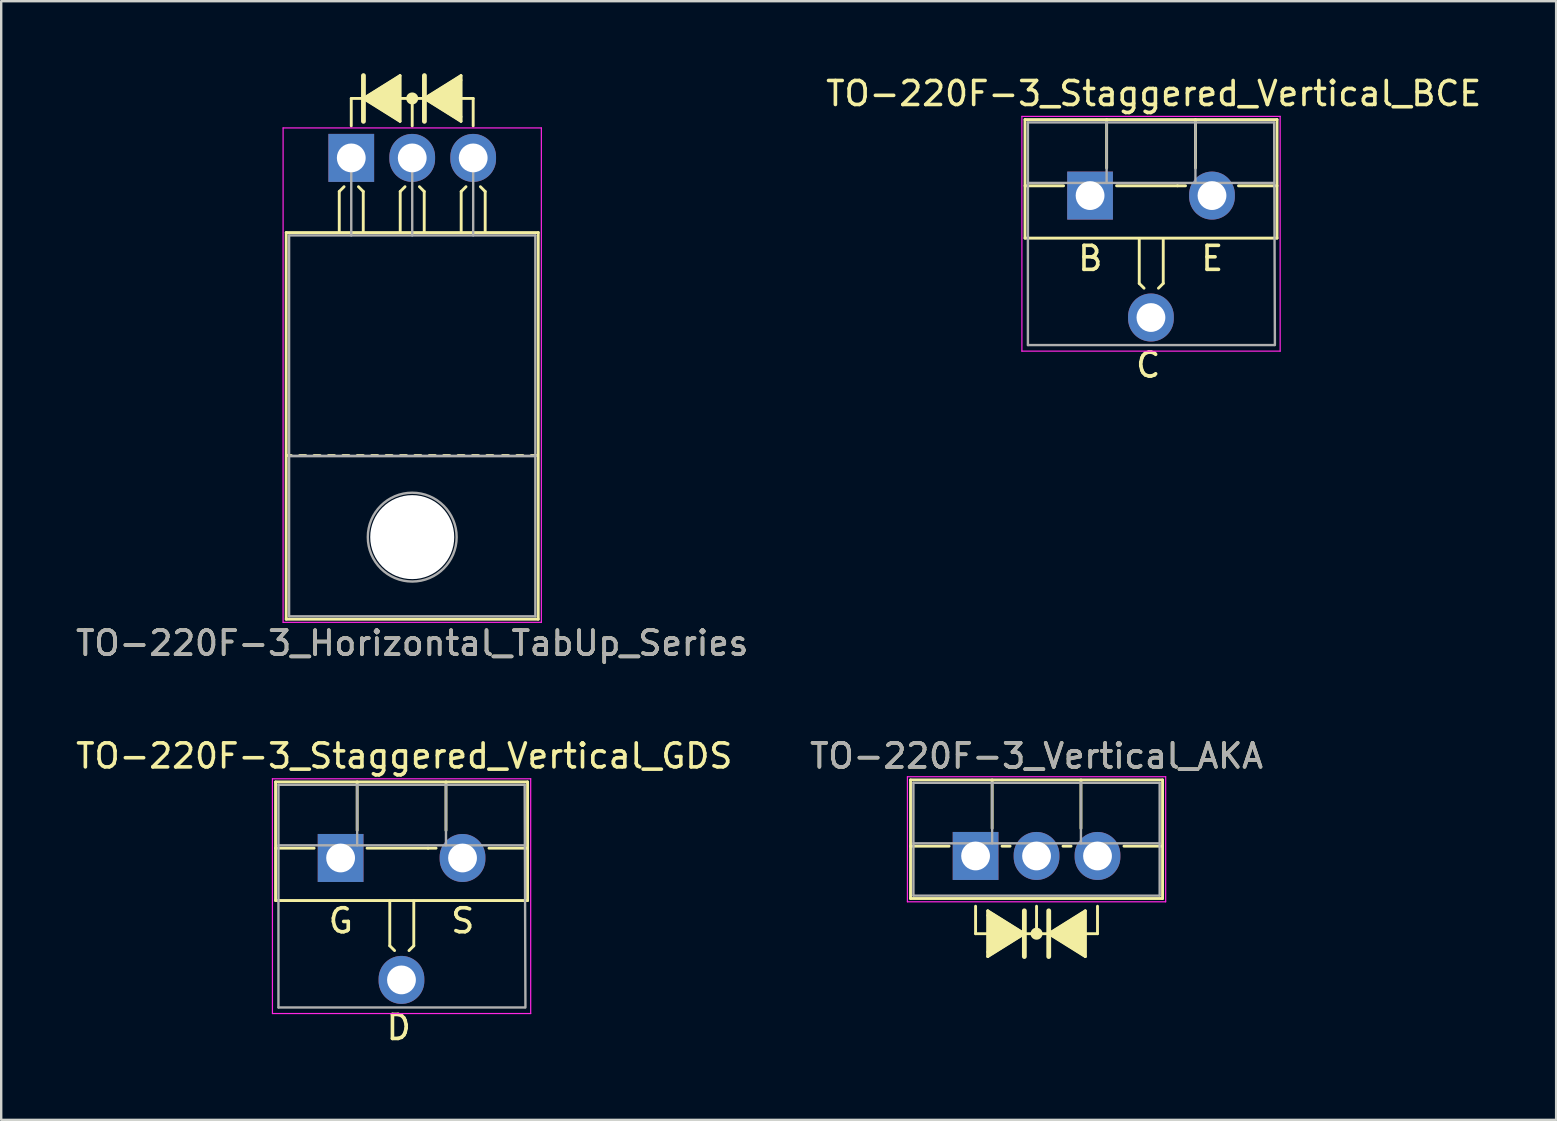
<source format=kicad_pcb>
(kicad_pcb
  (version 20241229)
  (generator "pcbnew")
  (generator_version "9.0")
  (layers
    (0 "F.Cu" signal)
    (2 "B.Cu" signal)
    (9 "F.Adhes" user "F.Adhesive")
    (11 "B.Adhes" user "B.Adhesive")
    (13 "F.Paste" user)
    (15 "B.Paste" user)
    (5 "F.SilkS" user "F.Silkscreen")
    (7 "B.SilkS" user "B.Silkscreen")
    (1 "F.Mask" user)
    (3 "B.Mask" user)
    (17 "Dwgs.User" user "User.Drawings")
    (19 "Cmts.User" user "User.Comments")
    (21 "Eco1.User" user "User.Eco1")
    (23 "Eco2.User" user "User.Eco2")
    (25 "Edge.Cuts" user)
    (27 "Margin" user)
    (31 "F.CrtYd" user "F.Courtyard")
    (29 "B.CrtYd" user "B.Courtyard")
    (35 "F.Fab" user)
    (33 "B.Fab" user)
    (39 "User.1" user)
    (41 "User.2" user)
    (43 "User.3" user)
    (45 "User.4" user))
  (footprint "TO-220F-3_Horizontal_TabUp_Series"
    (layer "F.Cu")
    (at 11.585 3.529)
    (property "Reference" "TO-220F-3_Horizontal_TabUp_Series" (at 2.54 20.22 0) (layer "F.SilkS") (effects (font (size 1 1) (thickness 0.15))))
    (attr through_hole)
    (fp_line (start -2.71 19.22) (end -2.71 3.11) (stroke (width 0.12) (type solid)) (layer "F.SilkS"))
    (fp_line (start -2.5 12.4) (end -2.7 12.4) (stroke (width 0.12) (type solid)) (layer "F.SilkS"))
    (fp_line (start -1.9 12.4) (end -2.15 12.4) (stroke (width 0.12) (type solid)) (layer "F.SilkS"))
    (fp_line (start -1.3 12.4) (end -1.55 12.4) (stroke (width 0.12) (type solid)) (layer "F.SilkS"))
    (fp_line (start -0.7 12.4) (end -0.95 12.4) (stroke (width 0.12) (type solid)) (layer "F.SilkS"))
    (fp_line (start -0.5 1.4) (end -0.3 1.2) (stroke (width 0.12) (type solid)) (layer "F.SilkS"))
    (fp_line (start -0.5 3.048) (end -0.5 1.4) (stroke (width 0.12) (type solid)) (layer "F.SilkS"))
    (fp_line (start -0.1 12.4) (end -0.35 12.4) (stroke (width 0.12) (type solid)) (layer "F.SilkS"))
    (fp_line (start 0 -2.477) (end 0.508 -2.477) (stroke (width 0.12) (type solid)) (layer "F.SilkS"))
    (fp_line (start 0 -1.333) (end 0 -2.477) (stroke (width 0.12) (type solid)) (layer "F.SilkS"))
    (fp_line (start 0.5 1.4) (end 0.3 1.2) (stroke (width 0.12) (type solid)) (layer "F.SilkS"))
    (fp_line (start 0.5 3.048) (end 0.5 1.4) (stroke (width 0.12) (type solid)) (layer "F.SilkS"))
    (fp_line (start 0.5 12.4) (end 0.25 12.4) (stroke (width 0.12) (type solid)) (layer "F.SilkS"))
    (fp_line (start 0.508 -3.429) (end 0.508 -1.524) (stroke (width 0.2) (type solid)) (layer "F.SilkS"))
    (fp_line (start 0.508 -2.477) (end 2.032 -1.524) (stroke (width 0.12) (type solid)) (layer "F.SilkS"))
    (fp_line (start 1.1 12.4) (end 0.85 12.4) (stroke (width 0.12) (type solid)) (layer "F.SilkS"))
    (fp_line (start 1.7 12.4) (end 1.45 12.4) (stroke (width 0.12) (type solid)) (layer "F.SilkS"))
    (fp_line (start 2.032 -3.429) (end 0.508 -2.477) (stroke (width 0.12) (type solid)) (layer "F.SilkS"))
    (fp_line (start 2.032 -1.524) (end 2.032 -3.429) (stroke (width 0.12) (type solid)) (layer "F.SilkS"))
    (fp_line (start 2.04 1.4) (end 2.24 1.2) (stroke (width 0.12) (type solid)) (layer "F.SilkS"))
    (fp_line (start 2.04 3.048) (end 2.04 1.4) (stroke (width 0.12) (type solid)) (layer "F.SilkS"))
    (fp_line (start 2.3 12.4) (end 2.05 12.4) (stroke (width 0.12) (type solid)) (layer "F.SilkS"))
    (fp_line (start 2.54 -2.477) (end 2.032 -2.477) (stroke (width 0.12) (type solid)) (layer "F.SilkS"))
    (fp_line (start 2.54 -2.477) (end 3.048 -2.477) (stroke (width 0.12) (type solid)) (layer "F.SilkS"))
    (fp_line (start 2.54 -1.333) (end 2.54 -2.477) (stroke (width 0.12) (type solid)) (layer "F.SilkS"))
    (fp_line (start 2.9 12.4) (end 2.65 12.4) (stroke (width 0.12) (type solid)) (layer "F.SilkS"))
    (fp_line (start 3.04 1.4) (end 2.84 1.2) (stroke (width 0.12) (type solid)) (layer "F.SilkS"))
    (fp_line (start 3.04 3.048) (end 3.04 1.4) (stroke (width 0.12) (type solid)) (layer "F.SilkS"))
    (fp_line (start 3.048 -3.429) (end 3.048 -1.524) (stroke (width 0.2) (type solid)) (layer "F.SilkS"))
    (fp_line (start 3.048 -2.477) (end 4.572 -3.429) (stroke (width 0.12) (type solid)) (layer "F.SilkS"))
    (fp_line (start 3.048 -2.477) (end 4.572 -1.524) (stroke (width 0.12) (type solid)) (layer "F.SilkS"))
    (fp_line (start 3.5 12.4) (end 3.25 12.4) (stroke (width 0.12) (type solid)) (layer "F.SilkS"))
    (fp_line (start 4.1 12.4) (end 3.85 12.4) (stroke (width 0.12) (type solid)) (layer "F.SilkS"))
    (fp_line (start 4.572 -3.239) (end 4.572 -3.429) (stroke (width 0.12) (type solid)) (layer "F.SilkS"))
    (fp_line (start 4.572 -1.714) (end 4.572 -3.239) (stroke (width 0.12) (type solid)) (layer "F.SilkS"))
    (fp_line (start 4.572 -1.714) (end 4.572 -1.524) (stroke (width 0.12) (type solid)) (layer "F.SilkS"))
    (fp_line (start 4.58 1.4) (end 4.78 1.2) (stroke (width 0.12) (type solid)) (layer "F.SilkS"))
    (fp_line (start 4.58 3.048) (end 4.58 1.4) (stroke (width 0.12) (type solid)) (layer "F.SilkS"))
    (fp_line (start 4.7 12.4) (end 4.45 12.4) (stroke (width 0.12) (type solid)) (layer "F.SilkS"))
    (fp_line (start 5.08 -2.477) (end 4.572 -2.477) (stroke (width 0.12) (type solid)) (layer "F.SilkS"))
    (fp_line (start 5.08 -1.333) (end 5.08 -2.477) (stroke (width 0.12) (type solid)) (layer "F.SilkS"))
    (fp_line (start 5.3 12.4) (end 5.05 12.4) (stroke (width 0.12) (type solid)) (layer "F.SilkS"))
    (fp_line (start 5.58 1.4) (end 5.38 1.2) (stroke (width 0.12) (type solid)) (layer "F.SilkS"))
    (fp_line (start 5.58 3.048) (end 5.58 1.4) (stroke (width 0.12) (type solid)) (layer "F.SilkS"))
    (fp_line (start 5.9 12.4) (end 5.65 12.4) (stroke (width 0.12) (type solid)) (layer "F.SilkS"))
    (fp_line (start 6.55 12.4) (end 6.3 12.4) (stroke (width 0.12) (type solid)) (layer "F.SilkS"))
    (fp_line (start 7.15 12.4) (end 6.9 12.4) (stroke (width 0.12) (type solid)) (layer "F.SilkS"))
    (fp_line (start 7.75 12.4) (end 7.5 12.4) (stroke (width 0.12) (type solid)) (layer "F.SilkS"))
    (fp_line (start 7.79 3.11) (end -2.71 3.11) (stroke (width 0.12) (type solid)) (layer "F.SilkS"))
    (fp_line (start 7.79 19.22) (end -2.71 19.22) (stroke (width 0.12) (type solid)) (layer "F.SilkS"))
    (fp_line (start 7.79 19.22) (end 7.79 3.11) (stroke (width 0.12) (type solid)) (layer "F.SilkS"))
    (fp_circle (center 2.54 -2.477) (end 2.54 -2.667) (stroke (width 0.12) (type solid)) (fill no) (layer "F.SilkS"))
    (fp_circle (center 2.54 -2.477) (end 2.54 -2.603) (stroke (width 0.12) (type solid)) (fill no) (layer "F.SilkS"))
    (fp_circle (center 2.54 -2.477) (end 2.54 -2.54) (stroke (width 0.12) (type solid)) (fill no) (layer "F.SilkS"))
    (fp_poly (pts (xy 2.032 -1.524) (xy 0.508 -2.477) (xy 2.032 -3.429)) (stroke (width 0.1) (type solid)) (fill yes) (layer "F.SilkS"))
    (fp_poly (pts (xy 3.048 -2.477) (xy 4.572 -3.429) (xy 4.572 -1.524)) (stroke (width 0.1) (type solid)) (fill yes) (layer "F.SilkS"))
    (fp_line (start -2.84 -1.25) (end -2.84 19.35) (stroke (width 0.05) (type solid)) (layer "F.CrtYd"))
    (fp_line (start -2.84 19.35) (end 7.92 19.35) (stroke (width 0.05) (type solid)) (layer "F.CrtYd"))
    (fp_line (start 7.92 -1.25) (end -2.84 -1.25) (stroke (width 0.05) (type solid)) (layer "F.CrtYd"))
    (fp_line (start 7.92 19.35) (end 7.92 -1.25) (stroke (width 0.05) (type solid)) (layer "F.CrtYd"))
    (fp_line (start -2.59 3.23) (end -2.59 12.42) (stroke (width 0.1) (type solid)) (layer "F.Fab"))
    (fp_line (start -2.59 12.42) (end -2.59 19.1) (stroke (width 0.1) (type solid)) (layer "F.Fab"))
    (fp_line (start -2.59 12.42) (end 7.67 12.42) (stroke (width 0.1) (type solid)) (layer "F.Fab"))
    (fp_line (start -2.59 19.1) (end 7.67 19.1) (stroke (width 0.1) (type solid)) (layer "F.Fab"))
    (fp_line (start 0 3.23) (end 0 0) (stroke (width 0.1) (type solid)) (layer "F.Fab"))
    (fp_line (start 2.54 3.23) (end 2.54 0) (stroke (width 0.1) (type solid)) (layer "F.Fab"))
    (fp_line (start 5.08 3.23) (end 5.08 0) (stroke (width 0.1) (type solid)) (layer "F.Fab"))
    (fp_line (start 7.67 3.23) (end -2.59 3.23) (stroke (width 0.1) (type solid)) (layer "F.Fab"))
    (fp_line (start 7.67 12.42) (end -2.59 12.42) (stroke (width 0.1) (type solid)) (layer "F.Fab"))
    (fp_line (start 7.67 12.42) (end 7.67 3.23) (stroke (width 0.1) (type solid)) (layer "F.Fab"))
    (fp_line (start 7.67 19.1) (end 7.67 12.42) (stroke (width 0.1) (type solid)) (layer "F.Fab"))
    (fp_circle (center 2.54 15.8) (end 4.39 15.8) (stroke (width 0.1) (type solid)) (fill no) (layer "F.Fab"))
    (fp_text user "${REFERENCE}" (at 2.54 20.22 0) (layer "F.Fab") (effects (font (size 1 1) (thickness 0.15))))
    (pad "" np_thru_hole oval (at 2.54 15.8) (size 3.5 3.5) (drill 3.5) (layers "*.Cu" "*.Mask"))
    (pad "1" thru_hole rect (at 0 0) (size 1.905 2) (drill 1.2) (layers "*.Cu" "*.Mask"))
    (pad "2" thru_hole oval (at 2.54 0) (size 1.905 2) (drill 1.2) (layers "*.Cu" "*.Mask"))
    (pad "3" thru_hole oval (at 5.08 0) (size 1.905 2) (drill 1.2) (layers "*.Cu" "*.Mask")))
  (footprint "TO-220F-3_Staggered_Vertical_BCE"
    (layer "F.Cu")
    (at 42.376 5.051)
    (property "Reference" "TO-220F-3_Staggered_Vertical_BCE" (at 2.642 -4.203 0) (layer "F.SilkS") (effects (font (size 1 1) (thickness 0.15))))
    (attr through_hole)
    (fp_line (start -2.719 -3.12) (end -2.719 1.821) (stroke (width 0.12) (type solid)) (layer "F.SilkS"))
    (fp_line (start -2.719 -3.12) (end 7.781 -3.12) (stroke (width 0.12) (type solid)) (layer "F.SilkS"))
    (fp_line (start -2.719 -0.36) (end -1.112 -0.36) (stroke (width 0.12) (type solid)) (layer "F.SilkS"))
    (fp_line (start -2.719 1.821) (end 7.781 1.821) (stroke (width 0.12) (type solid)) (layer "F.SilkS"))
    (fp_line (start 0.681 -3.12) (end 0.681 -1.102) (stroke (width 0.12) (type solid)) (layer "F.SilkS"))
    (fp_line (start 1.094 -0.36) (end 3.634 -0.36) (stroke (width 0.12) (type solid)) (layer "F.SilkS"))
    (fp_line (start 2.04 1.841) (end 2.04 3.707) (stroke (width 0.12) (type solid)) (layer "F.SilkS"))
    (fp_line (start 2.04 3.707) (end 2.24 3.907) (stroke (width 0.12) (type solid)) (layer "F.SilkS"))
    (fp_line (start 3.04 1.841) (end 3.04 3.707) (stroke (width 0.12) (type solid)) (layer "F.SilkS"))
    (fp_line (start 3.04 3.707) (end 2.84 3.907) (stroke (width 0.12) (type solid)) (layer "F.SilkS"))
    (fp_line (start 3.634 -0.36) (end 3.969 -0.36) (stroke (width 0.12) (type solid)) (layer "F.SilkS"))
    (fp_line (start 4.382 -3.12) (end 4.382 -1.102) (stroke (width 0.12) (type solid)) (layer "F.SilkS"))
    (fp_line (start 6.174 -0.36) (end 7.781 -0.36) (stroke (width 0.12) (type solid)) (layer "F.SilkS"))
    (fp_line (start 7.781 -3.12) (end 7.781 1.821) (stroke (width 0.12) (type solid)) (layer "F.SilkS"))
    (fp_line (start -2.849 -3.252) (end -2.849 6.53) (stroke (width 0.05) (type solid)) (layer "F.CrtYd"))
    (fp_line (start -2.849 6.53) (end 7.911 6.53) (stroke (width 0.05) (type solid)) (layer "F.CrtYd"))
    (fp_line (start 7.911 -3.252) (end -2.849 -3.252) (stroke (width 0.05) (type solid)) (layer "F.CrtYd"))
    (fp_line (start 7.911 6.53) (end 7.911 -3.252) (stroke (width 0.05) (type solid)) (layer "F.CrtYd"))
    (fp_line (start -2.599 -3) (end -2.599 6.276) (stroke (width 0.1) (type solid)) (layer "F.Fab"))
    (fp_line (start -2.599 -0.48) (end 7.661 -0.48) (stroke (width 0.1) (type solid)) (layer "F.Fab"))
    (fp_line (start -2.595 6.276) (end 7.665 6.276) (stroke (width 0.1) (type solid)) (layer "F.Fab"))
    (fp_line (start 0.681 -3) (end 0.681 -0.48) (stroke (width 0.1) (type solid)) (layer "F.Fab"))
    (fp_line (start 4.381 -3) (end 4.381 -0.48) (stroke (width 0.1) (type solid)) (layer "F.Fab"))
    (fp_line (start 7.661 -3) (end -2.599 -3) (stroke (width 0.1) (type solid)) (layer "F.Fab"))
    (fp_line (start 7.692 6.276) (end 7.661 -3) (stroke (width 0.1) (type solid)) (layer "F.Fab"))
    (fp_text user "E" (at 5.08 2.667 0) (layer "F.SilkS") (effects (font (size 1 1) (thickness 0.15))))
    (fp_text user "B" (at 0 2.667 0) (layer "F.SilkS") (effects (font (size 1 1) (thickness 0.15))))
    (fp_text user "C" (at 2.413 7.112 0) (layer "F.SilkS") (effects (font (size 1 1) (thickness 0.15))))
    (pad "1" thru_hole rect (at -0.009 0.048) (size 1.905 2) (drill 1.2) (layers "*.Cu" "*.Mask"))
    (pad "2" thru_hole oval (at 2.527 5.128) (size 1.905 2) (drill 1.2) (layers "*.Cu" "*.Mask"))
    (pad "3" thru_hole oval (at 5.071 0.048) (size 1.905 2) (drill 1.2) (layers "*.Cu" "*.Mask")))
  (footprint "TO-220F-3_Staggered_Vertical_GDS"
    (layer "F.Cu")
    (at 11.15 32.649)
    (property "Reference" "TO-220F-3_Staggered_Vertical_GDS" (at 2.642 -4.203 0) (layer "F.SilkS") (effects (font (size 1 1) (thickness 0.15))))
    (attr through_hole)
    (fp_line (start -2.719 -3.12) (end -2.719 1.821) (stroke (width 0.12) (type solid)) (layer "F.SilkS"))
    (fp_line (start -2.719 -3.12) (end 7.781 -3.12) (stroke (width 0.12) (type solid)) (layer "F.SilkS"))
    (fp_line (start -2.719 -0.36) (end -1.112 -0.36) (stroke (width 0.12) (type solid)) (layer "F.SilkS"))
    (fp_line (start -2.719 1.821) (end 7.781 1.821) (stroke (width 0.12) (type solid)) (layer "F.SilkS"))
    (fp_line (start 0.681 -3.12) (end 0.681 -1.102) (stroke (width 0.12) (type solid)) (layer "F.SilkS"))
    (fp_line (start 1.094 -0.36) (end 3.634 -0.36) (stroke (width 0.12) (type solid)) (layer "F.SilkS"))
    (fp_line (start 2.04 1.841) (end 2.04 3.707) (stroke (width 0.12) (type solid)) (layer "F.SilkS"))
    (fp_line (start 2.04 3.707) (end 2.24 3.907) (stroke (width 0.12) (type solid)) (layer "F.SilkS"))
    (fp_line (start 3.04 1.841) (end 3.04 3.707) (stroke (width 0.12) (type solid)) (layer "F.SilkS"))
    (fp_line (start 3.04 3.707) (end 2.84 3.907) (stroke (width 0.12) (type solid)) (layer "F.SilkS"))
    (fp_line (start 3.634 -0.36) (end 3.969 -0.36) (stroke (width 0.12) (type solid)) (layer "F.SilkS"))
    (fp_line (start 4.382 -3.12) (end 4.382 -1.102) (stroke (width 0.12) (type solid)) (layer "F.SilkS"))
    (fp_line (start 6.174 -0.36) (end 7.781 -0.36) (stroke (width 0.12) (type solid)) (layer "F.SilkS"))
    (fp_line (start 7.781 -3.12) (end 7.781 1.821) (stroke (width 0.12) (type solid)) (layer "F.SilkS"))
    (fp_line (start -2.849 -3.252) (end -2.849 6.53) (stroke (width 0.05) (type solid)) (layer "F.CrtYd"))
    (fp_line (start -2.849 6.53) (end 7.911 6.53) (stroke (width 0.05) (type solid)) (layer "F.CrtYd"))
    (fp_line (start 7.911 -3.252) (end -2.849 -3.252) (stroke (width 0.05) (type solid)) (layer "F.CrtYd"))
    (fp_line (start 7.911 6.53) (end 7.911 -3.252) (stroke (width 0.05) (type solid)) (layer "F.CrtYd"))
    (fp_line (start -2.599 -3) (end -2.599 6.276) (stroke (width 0.1) (type solid)) (layer "F.Fab"))
    (fp_line (start -2.599 -0.48) (end 7.661 -0.48) (stroke (width 0.1) (type solid)) (layer "F.Fab"))
    (fp_line (start -2.595 6.276) (end 7.665 6.276) (stroke (width 0.1) (type solid)) (layer "F.Fab"))
    (fp_line (start 0.681 -3) (end 0.681 -0.48) (stroke (width 0.1) (type solid)) (layer "F.Fab"))
    (fp_line (start 4.381 -3) (end 4.381 -0.48) (stroke (width 0.1) (type solid)) (layer "F.Fab"))
    (fp_line (start 7.661 -3) (end -2.599 -3) (stroke (width 0.1) (type solid)) (layer "F.Fab"))
    (fp_line (start 7.692 6.276) (end 7.661 -3) (stroke (width 0.1) (type solid)) (layer "F.Fab"))
    (fp_text user "D" (at 2.413 7.112 0) (layer "F.SilkS") (effects (font (size 1 1) (thickness 0.15))))
    (fp_text user "G" (at 0 2.667 0) (layer "F.SilkS") (effects (font (size 1 1) (thickness 0.15))))
    (fp_text user "S" (at 5.08 2.667 0) (layer "F.SilkS") (effects (font (size 1 1) (thickness 0.15))))
    (pad "1" thru_hole rect (at -0.009 0.048) (size 1.905 2) (drill 1.2) (layers "*.Cu" "*.Mask"))
    (pad "2" thru_hole oval (at 2.527 5.128) (size 1.905 2) (drill 1.2) (layers "*.Cu" "*.Mask"))
    (pad "3" thru_hole oval (at 5.071 0.048) (size 1.905 2) (drill 1.2) (layers "*.Cu" "*.Mask")))
  (footprint "TO-220F-3_Vertical_AKA"
    (layer "F.Cu")
    (at 37.597 32.613)
    (property "Reference" "TO-220F-3_Vertical_AKA" (at 2.54 -4.168 0) (layer "F.SilkS") (effects (font (size 1 1) (thickness 0.15))))
    (attr through_hole)
    (fp_line (start -2.71 -3.168) (end -2.71 1.773) (stroke (width 0.12) (type solid)) (layer "F.SilkS"))
    (fp_line (start -2.71 -3.168) (end 7.79 -3.168) (stroke (width 0.12) (type solid)) (layer "F.SilkS"))
    (fp_line (start -2.71 -0.408) (end -1.103 -0.408) (stroke (width 0.12) (type solid)) (layer "F.SilkS"))
    (fp_line (start -2.71 1.773) (end 7.79 1.773) (stroke (width 0.12) (type solid)) (layer "F.SilkS"))
    (fp_line (start 0 2.095) (end 0 3.239) (stroke (width 0.12) (type solid)) (layer "F.SilkS"))
    (fp_line (start 0 3.239) (end 0.508 3.239) (stroke (width 0.12) (type solid)) (layer "F.SilkS"))
    (fp_line (start 0.508 2.477) (end 0.508 2.286) (stroke (width 0.12) (type solid)) (layer "F.SilkS"))
    (fp_line (start 0.508 2.477) (end 0.508 4) (stroke (width 0.12) (type solid)) (layer "F.SilkS"))
    (fp_line (start 0.508 4) (end 0.508 4.191) (stroke (width 0.12) (type solid)) (layer "F.SilkS"))
    (fp_line (start 0.69 -3.168) (end 0.69 -1.15) (stroke (width 0.12) (type solid)) (layer "F.SilkS"))
    (fp_line (start 1.103 -0.408) (end 1.438 -0.408) (stroke (width 0.12) (type solid)) (layer "F.SilkS"))
    (fp_line (start 2.032 3.239) (end 0.508 2.286) (stroke (width 0.12) (type solid)) (layer "F.SilkS"))
    (fp_line (start 2.032 3.239) (end 0.508 4.191) (stroke (width 0.12) (type solid)) (layer "F.SilkS"))
    (fp_line (start 2.032 4.191) (end 2.032 2.286) (stroke (width 0.2) (type solid)) (layer "F.SilkS"))
    (fp_line (start 2.54 2.095) (end 2.54 3.239) (stroke (width 0.12) (type solid)) (layer "F.SilkS"))
    (fp_line (start 2.54 3.239) (end 2.032 3.239) (stroke (width 0.12) (type solid)) (layer "F.SilkS"))
    (fp_line (start 2.54 3.239) (end 3.048 3.239) (stroke (width 0.12) (type solid)) (layer "F.SilkS"))
    (fp_line (start 3.048 2.286) (end 3.048 4.191) (stroke (width 0.2) (type solid)) (layer "F.SilkS"))
    (fp_line (start 3.048 3.239) (end 4.572 4.191) (stroke (width 0.12) (type solid)) (layer "F.SilkS"))
    (fp_line (start 3.643 -0.408) (end 3.978 -0.408) (stroke (width 0.12) (type solid)) (layer "F.SilkS"))
    (fp_line (start 4.391 -3.168) (end 4.391 -1.15) (stroke (width 0.12) (type solid)) (layer "F.SilkS"))
    (fp_line (start 4.572 2.286) (end 3.048 3.239) (stroke (width 0.12) (type solid)) (layer "F.SilkS"))
    (fp_line (start 4.572 4.191) (end 4.572 2.286) (stroke (width 0.12) (type solid)) (layer "F.SilkS"))
    (fp_line (start 5.08 2.095) (end 5.08 3.239) (stroke (width 0.12) (type solid)) (layer "F.SilkS"))
    (fp_line (start 5.08 3.239) (end 4.572 3.239) (stroke (width 0.12) (type solid)) (layer "F.SilkS"))
    (fp_line (start 6.183 -0.408) (end 7.79 -0.408) (stroke (width 0.12) (type solid)) (layer "F.SilkS"))
    (fp_line (start 7.79 -3.168) (end 7.79 1.773) (stroke (width 0.12) (type solid)) (layer "F.SilkS"))
    (fp_circle (center 2.54 3.239) (end 2.54 3.302) (stroke (width 0.12) (type solid)) (fill no) (layer "F.SilkS"))
    (fp_circle (center 2.54 3.239) (end 2.54 3.365) (stroke (width 0.12) (type solid)) (fill no) (layer "F.SilkS"))
    (fp_circle (center 2.54 3.239) (end 2.54 3.429) (stroke (width 0.12) (type solid)) (fill no) (layer "F.SilkS"))
    (fp_poly (pts (xy 2.032 3.239) (xy 0.508 4.191) (xy 0.508 2.286)) (stroke (width 0.1) (type solid)) (fill yes) (layer "F.SilkS"))
    (fp_poly (pts (xy 4.572 4.191) (xy 3.048 3.239) (xy 4.572 2.286)) (stroke (width 0.1) (type solid)) (fill yes) (layer "F.SilkS"))
    (fp_line (start -2.84 -3.3) (end -2.84 1.91) (stroke (width 0.05) (type solid)) (layer "F.CrtYd"))
    (fp_line (start -2.84 1.91) (end 7.92 1.91) (stroke (width 0.05) (type solid)) (layer "F.CrtYd"))
    (fp_line (start 7.92 -3.3) (end -2.84 -3.3) (stroke (width 0.05) (type solid)) (layer "F.CrtYd"))
    (fp_line (start 7.92 1.91) (end 7.92 -3.3) (stroke (width 0.05) (type solid)) (layer "F.CrtYd"))
    (fp_line (start -2.59 -3.047) (end -2.59 1.653) (stroke (width 0.1) (type solid)) (layer "F.Fab"))
    (fp_line (start -2.59 -0.527) (end 7.67 -0.527) (stroke (width 0.1) (type solid)) (layer "F.Fab"))
    (fp_line (start -2.59 1.653) (end 7.67 1.653) (stroke (width 0.1) (type solid)) (layer "F.Fab"))
    (fp_line (start 0.69 -3.047) (end 0.69 -0.527) (stroke (width 0.1) (type solid)) (layer "F.Fab"))
    (fp_line (start 4.39 -3.047) (end 4.39 -0.527) (stroke (width 0.1) (type solid)) (layer "F.Fab"))
    (fp_line (start 7.67 -3.047) (end -2.59 -3.047) (stroke (width 0.1) (type solid)) (layer "F.Fab"))
    (fp_line (start 7.67 1.653) (end 7.67 -3.047) (stroke (width 0.1) (type solid)) (layer "F.Fab"))
    (fp_text user "${REFERENCE}" (at 2.54 -4.168 0) (layer "F.Fab") (effects (font (size 1 1) (thickness 0.15))))
    (pad "1" thru_hole rect (at 0 0) (size 1.905 2) (drill 1.2) (layers "*.Cu" "*.Mask"))
    (pad "2" thru_hole oval (at 2.54 0) (size 1.905 2) (drill 1.2) (layers "*.Cu" "*.Mask"))
    (pad "3" thru_hole oval (at 5.08 0) (size 1.905 2) (drill 1.2) (layers "*.Cu" "*.Mask")))
  (gr_rect
    (start -3 -3)
    (end 61.786 43.609)
    (stroke (width 0.1) (type default))
    (fill no)
    (layer "Edge.Cuts")))
</source>
